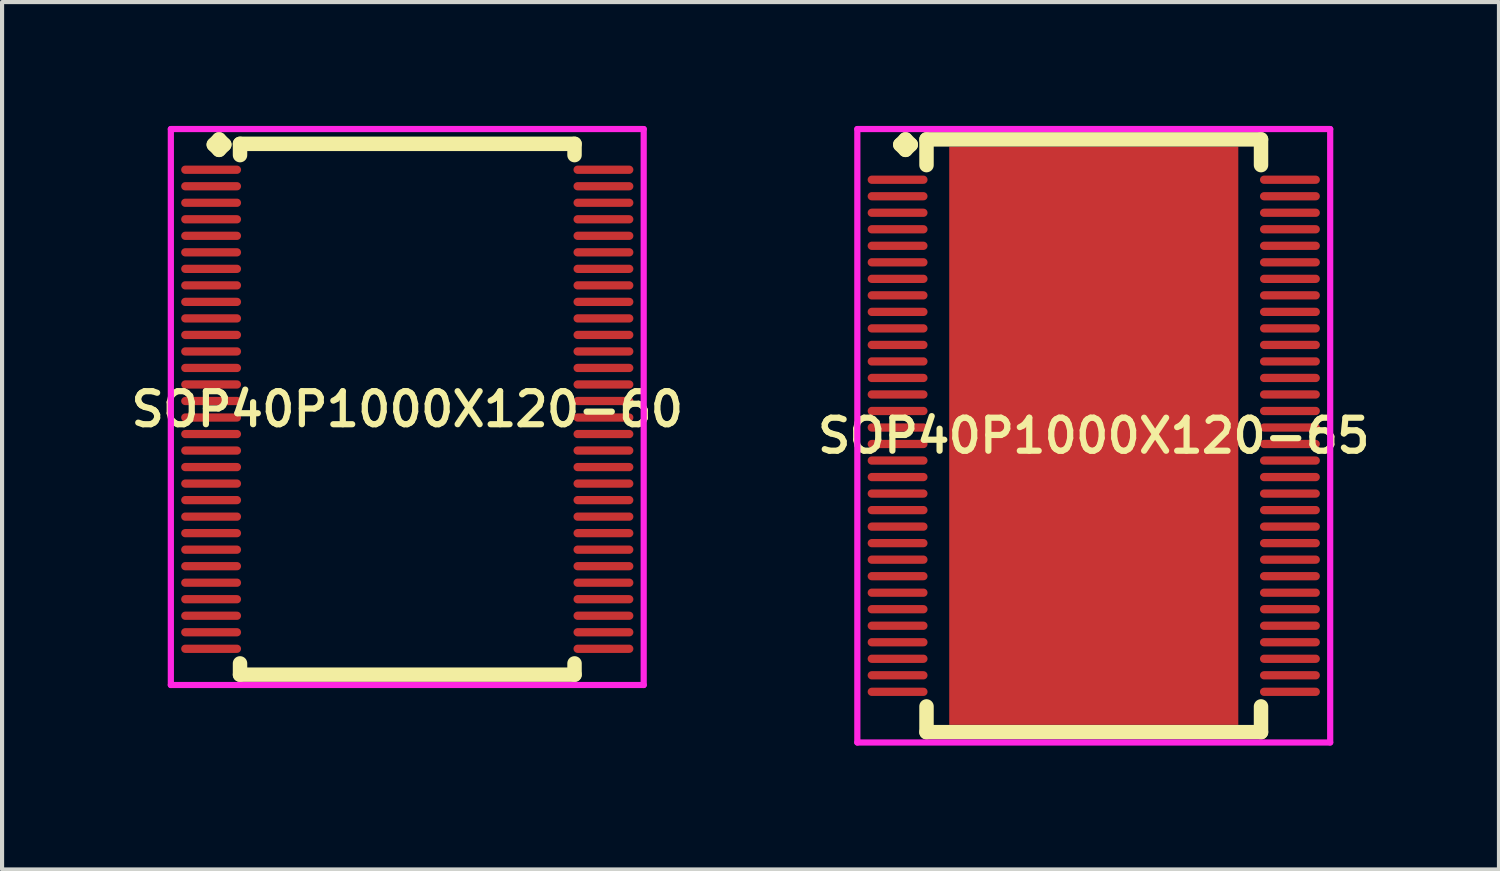
<source format=kicad_pcb>
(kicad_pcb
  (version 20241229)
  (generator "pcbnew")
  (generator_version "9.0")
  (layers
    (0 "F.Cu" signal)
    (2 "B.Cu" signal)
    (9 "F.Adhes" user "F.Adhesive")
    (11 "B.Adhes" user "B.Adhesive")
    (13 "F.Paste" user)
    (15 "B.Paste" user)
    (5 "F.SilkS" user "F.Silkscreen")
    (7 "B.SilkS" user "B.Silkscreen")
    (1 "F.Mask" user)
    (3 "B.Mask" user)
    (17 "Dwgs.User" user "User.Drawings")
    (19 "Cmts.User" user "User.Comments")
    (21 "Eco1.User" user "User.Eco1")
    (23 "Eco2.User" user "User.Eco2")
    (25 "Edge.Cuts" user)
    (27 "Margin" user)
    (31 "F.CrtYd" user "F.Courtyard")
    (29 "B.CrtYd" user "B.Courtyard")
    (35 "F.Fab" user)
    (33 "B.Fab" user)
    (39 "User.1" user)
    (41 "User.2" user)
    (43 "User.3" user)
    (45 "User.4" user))
  (footprint "SOP40P1000X120-60"
    (layer "F.Cu")
    (at 6.812 6.86)
    (property "Reference" "SOP40P1000X120-60" (at 0 0 0) (layer "F.SilkS") (effects (font (size 0.8 0.8) (thickness 0.15))))
    (attr smd)
    (fp_line (start -4.685 -6.408) (end -4.558 -6.535) (stroke (width 0.35) (type solid)) (layer "F.SilkS"))
    (fp_line (start -4.558 -6.535) (end -4.431 -6.408) (stroke (width 0.35) (type solid)) (layer "F.SilkS"))
    (fp_line (start -4.558 -6.281) (end -4.685 -6.408) (stroke (width 0.35) (type solid)) (layer "F.SilkS"))
    (fp_line (start -4.431 -6.408) (end -4.558 -6.281) (stroke (width 0.35) (type solid)) (layer "F.SilkS"))
    (fp_line (start -4.05 -6.427) (end 4.05 -6.427) (stroke (width 0.35) (type solid)) (layer "F.SilkS"))
    (fp_line (start -4.05 -6.154) (end -4.05 -6.427) (stroke (width 0.35) (type solid)) (layer "F.SilkS"))
    (fp_line (start -4.05 6.154) (end -4.05 6.427) (stroke (width 0.35) (type solid)) (layer "F.SilkS"))
    (fp_line (start -4.05 6.427) (end 4.05 6.427) (stroke (width 0.35) (type solid)) (layer "F.SilkS"))
    (fp_line (start 4.05 -6.427) (end 4.05 -6.154) (stroke (width 0.35) (type solid)) (layer "F.SilkS"))
    (fp_line (start 4.05 6.427) (end 4.05 6.154) (stroke (width 0.35) (type solid)) (layer "F.SilkS"))
    (fp_line (start -5.725 -6.785) (end 5.725 -6.785) (stroke (width 0.15) (type solid)) (layer "F.CrtYd"))
    (fp_line (start -5.725 6.677) (end -5.725 -6.785) (stroke (width 0.15) (type solid)) (layer "F.CrtYd"))
    (fp_line (start 5.725 -6.785) (end 5.725 6.677) (stroke (width 0.15) (type solid)) (layer "F.CrtYd"))
    (fp_line (start 5.725 6.677) (end -5.725 6.677) (stroke (width 0.15) (type solid)) (layer "F.CrtYd"))
    (pad "1" smd oval (at -4.75 -5.8) (size 1.45 0.2) (layers "F.Cu" "F.Mask" "F.Paste"))
    (pad "2" smd oval (at -4.75 -5.4) (size 1.45 0.2) (layers "F.Cu" "F.Mask" "F.Paste"))
    (pad "3" smd oval (at -4.75 -5) (size 1.45 0.2) (layers "F.Cu" "F.Mask" "F.Paste"))
    (pad "4" smd oval (at -4.75 -4.6) (size 1.45 0.2) (layers "F.Cu" "F.Mask" "F.Paste"))
    (pad "5" smd oval (at -4.75 -4.2) (size 1.45 0.2) (layers "F.Cu" "F.Mask" "F.Paste"))
    (pad "6" smd oval (at -4.75 -3.8) (size 1.45 0.2) (layers "F.Cu" "F.Mask" "F.Paste"))
    (pad "7" smd oval (at -4.75 -3.4) (size 1.45 0.2) (layers "F.Cu" "F.Mask" "F.Paste"))
    (pad "8" smd oval (at -4.75 -3) (size 1.45 0.2) (layers "F.Cu" "F.Mask" "F.Paste"))
    (pad "9" smd oval (at -4.75 -2.6) (size 1.45 0.2) (layers "F.Cu" "F.Mask" "F.Paste"))
    (pad "10" smd oval (at -4.75 -2.2) (size 1.45 0.2) (layers "F.Cu" "F.Mask" "F.Paste"))
    (pad "11" smd oval (at -4.75 -1.8) (size 1.45 0.2) (layers "F.Cu" "F.Mask" "F.Paste"))
    (pad "12" smd oval (at -4.75 -1.4) (size 1.45 0.2) (layers "F.Cu" "F.Mask" "F.Paste"))
    (pad "13" smd oval (at -4.75 -1) (size 1.45 0.2) (layers "F.Cu" "F.Mask" "F.Paste"))
    (pad "14" smd oval (at -4.75 -0.6) (size 1.45 0.2) (layers "F.Cu" "F.Mask" "F.Paste"))
    (pad "15" smd oval (at -4.75 -0.2) (size 1.45 0.2) (layers "F.Cu" "F.Mask" "F.Paste"))
    (pad "16" smd oval (at -4.75 0.2) (size 1.45 0.2) (layers "F.Cu" "F.Mask" "F.Paste"))
    (pad "17" smd oval (at -4.75 0.6) (size 1.45 0.2) (layers "F.Cu" "F.Mask" "F.Paste"))
    (pad "18" smd oval (at -4.75 1) (size 1.45 0.2) (layers "F.Cu" "F.Mask" "F.Paste"))
    (pad "19" smd oval (at -4.75 1.4) (size 1.45 0.2) (layers "F.Cu" "F.Mask" "F.Paste"))
    (pad "20" smd oval (at -4.75 1.8) (size 1.45 0.2) (layers "F.Cu" "F.Mask" "F.Paste"))
    (pad "21" smd oval (at -4.75 2.2) (size 1.45 0.2) (layers "F.Cu" "F.Mask" "F.Paste"))
    (pad "22" smd oval (at -4.75 2.6) (size 1.45 0.2) (layers "F.Cu" "F.Mask" "F.Paste"))
    (pad "23" smd oval (at -4.75 3) (size 1.45 0.2) (layers "F.Cu" "F.Mask" "F.Paste"))
    (pad "24" smd oval (at -4.75 3.4) (size 1.45 0.2) (layers "F.Cu" "F.Mask" "F.Paste"))
    (pad "25" smd oval (at -4.75 3.8) (size 1.45 0.2) (layers "F.Cu" "F.Mask" "F.Paste"))
    (pad "26" smd oval (at -4.75 4.2) (size 1.45 0.2) (layers "F.Cu" "F.Mask" "F.Paste"))
    (pad "27" smd oval (at -4.75 4.6) (size 1.45 0.2) (layers "F.Cu" "F.Mask" "F.Paste"))
    (pad "28" smd oval (at -4.75 5) (size 1.45 0.2) (layers "F.Cu" "F.Mask" "F.Paste"))
    (pad "29" smd oval (at -4.75 5.4) (size 1.45 0.2) (layers "F.Cu" "F.Mask" "F.Paste"))
    (pad "30" smd oval (at -4.75 5.8) (size 1.45 0.2) (layers "F.Cu" "F.Mask" "F.Paste"))
    (pad "31" smd oval (at 4.75 5.8) (size 1.45 0.2) (layers "F.Cu" "F.Mask" "F.Paste"))
    (pad "32" smd oval (at 4.75 5.4) (size 1.45 0.2) (layers "F.Cu" "F.Mask" "F.Paste"))
    (pad "33" smd oval (at 4.75 5) (size 1.45 0.2) (layers "F.Cu" "F.Mask" "F.Paste"))
    (pad "34" smd oval (at 4.75 4.6) (size 1.45 0.2) (layers "F.Cu" "F.Mask" "F.Paste"))
    (pad "35" smd oval (at 4.75 4.2) (size 1.45 0.2) (layers "F.Cu" "F.Mask" "F.Paste"))
    (pad "36" smd oval (at 4.75 3.8) (size 1.45 0.2) (layers "F.Cu" "F.Mask" "F.Paste"))
    (pad "37" smd oval (at 4.75 3.4) (size 1.45 0.2) (layers "F.Cu" "F.Mask" "F.Paste"))
    (pad "38" smd oval (at 4.75 3) (size 1.45 0.2) (layers "F.Cu" "F.Mask" "F.Paste"))
    (pad "39" smd oval (at 4.75 2.6) (size 1.45 0.2) (layers "F.Cu" "F.Mask" "F.Paste"))
    (pad "40" smd oval (at 4.75 2.2) (size 1.45 0.2) (layers "F.Cu" "F.Mask" "F.Paste"))
    (pad "41" smd oval (at 4.75 1.8) (size 1.45 0.2) (layers "F.Cu" "F.Mask" "F.Paste"))
    (pad "42" smd oval (at 4.75 1.4) (size 1.45 0.2) (layers "F.Cu" "F.Mask" "F.Paste"))
    (pad "43" smd oval (at 4.75 1) (size 1.45 0.2) (layers "F.Cu" "F.Mask" "F.Paste"))
    (pad "44" smd oval (at 4.75 0.6) (size 1.45 0.2) (layers "F.Cu" "F.Mask" "F.Paste"))
    (pad "45" smd oval (at 4.75 0.2) (size 1.45 0.2) (layers "F.Cu" "F.Mask" "F.Paste"))
    (pad "46" smd oval (at 4.75 -0.2) (size 1.45 0.2) (layers "F.Cu" "F.Mask" "F.Paste"))
    (pad "47" smd oval (at 4.75 -0.6) (size 1.45 0.2) (layers "F.Cu" "F.Mask" "F.Paste"))
    (pad "48" smd oval (at 4.75 -1) (size 1.45 0.2) (layers "F.Cu" "F.Mask" "F.Paste"))
    (pad "49" smd oval (at 4.75 -1.4) (size 1.45 0.2) (layers "F.Cu" "F.Mask" "F.Paste"))
    (pad "50" smd oval (at 4.75 -1.8) (size 1.45 0.2) (layers "F.Cu" "F.Mask" "F.Paste"))
    (pad "51" smd oval (at 4.75 -2.2) (size 1.45 0.2) (layers "F.Cu" "F.Mask" "F.Paste"))
    (pad "52" smd oval (at 4.75 -2.6) (size 1.45 0.2) (layers "F.Cu" "F.Mask" "F.Paste"))
    (pad "53" smd oval (at 4.75 -3) (size 1.45 0.2) (layers "F.Cu" "F.Mask" "F.Paste"))
    (pad "54" smd oval (at 4.75 -3.4) (size 1.45 0.2) (layers "F.Cu" "F.Mask" "F.Paste"))
    (pad "55" smd oval (at 4.75 -3.8) (size 1.45 0.2) (layers "F.Cu" "F.Mask" "F.Paste"))
    (pad "56" smd oval (at 4.75 -4.2) (size 1.45 0.2) (layers "F.Cu" "F.Mask" "F.Paste"))
    (pad "57" smd oval (at 4.75 -4.6) (size 1.45 0.2) (layers "F.Cu" "F.Mask" "F.Paste"))
    (pad "58" smd oval (at 4.75 -5) (size 1.45 0.2) (layers "F.Cu" "F.Mask" "F.Paste"))
    (pad "59" smd oval (at 4.75 -5.4) (size 1.45 0.2) (layers "F.Cu" "F.Mask" "F.Paste"))
    (pad "60" smd oval (at 4.75 -5.8) (size 1.45 0.2) (layers "F.Cu" "F.Mask" "F.Paste")))
  (footprint "SOP40P1000X120-65"
    (layer "F.Cu")
    (at 23.435 7.502)
    (property "Reference" "SOP40P1000X120-65" (at 0 0 0) (layer "F.SilkS") (effects (font (size 0.8 0.8) (thickness 0.15))))
    (attr smd)
    (fp_line (start -4.685 -7.05) (end -4.558 -7.177) (stroke (width 0.35) (type solid)) (layer "F.SilkS"))
    (fp_line (start -4.558 -7.177) (end -4.431 -7.05) (stroke (width 0.35) (type solid)) (layer "F.SilkS"))
    (fp_line (start -4.558 -6.923) (end -4.685 -7.05) (stroke (width 0.35) (type solid)) (layer "F.SilkS"))
    (fp_line (start -4.431 -7.05) (end -4.558 -6.923) (stroke (width 0.35) (type solid)) (layer "F.SilkS"))
    (fp_line (start -4.05 -7.177) (end 4.05 -7.177) (stroke (width 0.35) (type solid)) (layer "F.SilkS"))
    (fp_line (start -4.05 -6.554) (end -4.05 -7.177) (stroke (width 0.35) (type solid)) (layer "F.SilkS"))
    (fp_line (start -4.05 6.554) (end -4.05 7.177) (stroke (width 0.35) (type solid)) (layer "F.SilkS"))
    (fp_line (start -4.05 7.177) (end 4.05 7.177) (stroke (width 0.35) (type solid)) (layer "F.SilkS"))
    (fp_line (start 4.05 -7.177) (end 4.05 -6.554) (stroke (width 0.35) (type solid)) (layer "F.SilkS"))
    (fp_line (start 4.05 7.177) (end 4.05 6.554) (stroke (width 0.35) (type solid)) (layer "F.SilkS"))
    (fp_line (start -5.725 -7.427) (end 5.725 -7.427) (stroke (width 0.15) (type solid)) (layer "F.CrtYd"))
    (fp_line (start -5.725 7.427) (end -5.725 -7.427) (stroke (width 0.15) (type solid)) (layer "F.CrtYd"))
    (fp_line (start 5.725 -7.427) (end 5.725 7.427) (stroke (width 0.15) (type solid)) (layer "F.CrtYd"))
    (fp_line (start 5.725 7.427) (end -5.725 7.427) (stroke (width 0.15) (type solid)) (layer "F.CrtYd"))
    (pad "1" smd oval (at -4.75 -6.2) (size 1.45 0.2) (layers "F.Cu" "F.Mask" "F.Paste"))
    (pad "2" smd oval (at -4.75 -5.8) (size 1.45 0.2) (layers "F.Cu" "F.Mask" "F.Paste"))
    (pad "3" smd oval (at -4.75 -5.4) (size 1.45 0.2) (layers "F.Cu" "F.Mask" "F.Paste"))
    (pad "4" smd oval (at -4.75 -5) (size 1.45 0.2) (layers "F.Cu" "F.Mask" "F.Paste"))
    (pad "5" smd oval (at -4.75 -4.6) (size 1.45 0.2) (layers "F.Cu" "F.Mask" "F.Paste"))
    (pad "6" smd oval (at -4.75 -4.2) (size 1.45 0.2) (layers "F.Cu" "F.Mask" "F.Paste"))
    (pad "7" smd oval (at -4.75 -3.8) (size 1.45 0.2) (layers "F.Cu" "F.Mask" "F.Paste"))
    (pad "8" smd oval (at -4.75 -3.4) (size 1.45 0.2) (layers "F.Cu" "F.Mask" "F.Paste"))
    (pad "9" smd oval (at -4.75 -3) (size 1.45 0.2) (layers "F.Cu" "F.Mask" "F.Paste"))
    (pad "10" smd oval (at -4.75 -2.6) (size 1.45 0.2) (layers "F.Cu" "F.Mask" "F.Paste"))
    (pad "11" smd oval (at -4.75 -2.2) (size 1.45 0.2) (layers "F.Cu" "F.Mask" "F.Paste"))
    (pad "12" smd oval (at -4.75 -1.8) (size 1.45 0.2) (layers "F.Cu" "F.Mask" "F.Paste"))
    (pad "13" smd oval (at -4.75 -1.4) (size 1.45 0.2) (layers "F.Cu" "F.Mask" "F.Paste"))
    (pad "14" smd oval (at -4.75 -1) (size 1.45 0.2) (layers "F.Cu" "F.Mask" "F.Paste"))
    (pad "15" smd oval (at -4.75 -0.6) (size 1.45 0.2) (layers "F.Cu" "F.Mask" "F.Paste"))
    (pad "16" smd oval (at -4.75 -0.2) (size 1.45 0.2) (layers "F.Cu" "F.Mask" "F.Paste"))
    (pad "17" smd oval (at -4.75 0.2) (size 1.45 0.2) (layers "F.Cu" "F.Mask" "F.Paste"))
    (pad "18" smd oval (at -4.75 0.6) (size 1.45 0.2) (layers "F.Cu" "F.Mask" "F.Paste"))
    (pad "19" smd oval (at -4.75 1) (size 1.45 0.2) (layers "F.Cu" "F.Mask" "F.Paste"))
    (pad "20" smd oval (at -4.75 1.4) (size 1.45 0.2) (layers "F.Cu" "F.Mask" "F.Paste"))
    (pad "21" smd oval (at -4.75 1.8) (size 1.45 0.2) (layers "F.Cu" "F.Mask" "F.Paste"))
    (pad "22" smd oval (at -4.75 2.2) (size 1.45 0.2) (layers "F.Cu" "F.Mask" "F.Paste"))
    (pad "23" smd oval (at -4.75 2.6) (size 1.45 0.2) (layers "F.Cu" "F.Mask" "F.Paste"))
    (pad "24" smd oval (at -4.75 3) (size 1.45 0.2) (layers "F.Cu" "F.Mask" "F.Paste"))
    (pad "25" smd oval (at -4.75 3.4) (size 1.45 0.2) (layers "F.Cu" "F.Mask" "F.Paste"))
    (pad "26" smd oval (at -4.75 3.8) (size 1.45 0.2) (layers "F.Cu" "F.Mask" "F.Paste"))
    (pad "27" smd oval (at -4.75 4.2) (size 1.45 0.2) (layers "F.Cu" "F.Mask" "F.Paste"))
    (pad "28" smd oval (at -4.75 4.6) (size 1.45 0.2) (layers "F.Cu" "F.Mask" "F.Paste"))
    (pad "29" smd oval (at -4.75 5) (size 1.45 0.2) (layers "F.Cu" "F.Mask" "F.Paste"))
    (pad "30" smd oval (at -4.75 5.4) (size 1.45 0.2) (layers "F.Cu" "F.Mask" "F.Paste"))
    (pad "31" smd oval (at -4.75 5.8) (size 1.45 0.2) (layers "F.Cu" "F.Mask" "F.Paste"))
    (pad "32" smd oval (at -4.75 6.2) (size 1.45 0.2) (layers "F.Cu" "F.Mask" "F.Paste"))
    (pad "33" smd oval (at 4.75 6.2) (size 1.45 0.2) (layers "F.Cu" "F.Mask" "F.Paste"))
    (pad "34" smd oval (at 4.75 5.8) (size 1.45 0.2) (layers "F.Cu" "F.Mask" "F.Paste"))
    (pad "35" smd oval (at 4.75 5.4) (size 1.45 0.2) (layers "F.Cu" "F.Mask" "F.Paste"))
    (pad "36" smd oval (at 4.75 5) (size 1.45 0.2) (layers "F.Cu" "F.Mask" "F.Paste"))
    (pad "37" smd oval (at 4.75 4.6) (size 1.45 0.2) (layers "F.Cu" "F.Mask" "F.Paste"))
    (pad "38" smd oval (at 4.75 4.2) (size 1.45 0.2) (layers "F.Cu" "F.Mask" "F.Paste"))
    (pad "39" smd oval (at 4.75 3.8) (size 1.45 0.2) (layers "F.Cu" "F.Mask" "F.Paste"))
    (pad "40" smd oval (at 4.75 3.4) (size 1.45 0.2) (layers "F.Cu" "F.Mask" "F.Paste"))
    (pad "41" smd oval (at 4.75 3) (size 1.45 0.2) (layers "F.Cu" "F.Mask" "F.Paste"))
    (pad "42" smd oval (at 4.75 2.6) (size 1.45 0.2) (layers "F.Cu" "F.Mask" "F.Paste"))
    (pad "43" smd oval (at 4.75 2.2) (size 1.45 0.2) (layers "F.Cu" "F.Mask" "F.Paste"))
    (pad "44" smd oval (at 4.75 1.8) (size 1.45 0.2) (layers "F.Cu" "F.Mask" "F.Paste"))
    (pad "45" smd oval (at 4.75 1.4) (size 1.45 0.2) (layers "F.Cu" "F.Mask" "F.Paste"))
    (pad "46" smd oval (at 4.75 1) (size 1.45 0.2) (layers "F.Cu" "F.Mask" "F.Paste"))
    (pad "47" smd oval (at 4.75 0.6) (size 1.45 0.2) (layers "F.Cu" "F.Mask" "F.Paste"))
    (pad "48" smd oval (at 4.75 0.2) (size 1.45 0.2) (layers "F.Cu" "F.Mask" "F.Paste"))
    (pad "49" smd oval (at 4.75 -0.2) (size 1.45 0.2) (layers "F.Cu" "F.Mask" "F.Paste"))
    (pad "50" smd oval (at 4.75 -0.6) (size 1.45 0.2) (layers "F.Cu" "F.Mask" "F.Paste"))
    (pad "51" smd oval (at 4.75 -1) (size 1.45 0.2) (layers "F.Cu" "F.Mask" "F.Paste"))
    (pad "52" smd oval (at 4.75 -1.4) (size 1.45 0.2) (layers "F.Cu" "F.Mask" "F.Paste"))
    (pad "53" smd oval (at 4.75 -1.8) (size 1.45 0.2) (layers "F.Cu" "F.Mask" "F.Paste"))
    (pad "54" smd oval (at 4.75 -2.2) (size 1.45 0.2) (layers "F.Cu" "F.Mask" "F.Paste"))
    (pad "55" smd oval (at 4.75 -2.6) (size 1.45 0.2) (layers "F.Cu" "F.Mask" "F.Paste"))
    (pad "56" smd oval (at 4.75 -3) (size 1.45 0.2) (layers "F.Cu" "F.Mask" "F.Paste"))
    (pad "57" smd oval (at 4.75 -3.4) (size 1.45 0.2) (layers "F.Cu" "F.Mask" "F.Paste"))
    (pad "58" smd oval (at 4.75 -3.8) (size 1.45 0.2) (layers "F.Cu" "F.Mask" "F.Paste"))
    (pad "59" smd oval (at 4.75 -4.2) (size 1.45 0.2) (layers "F.Cu" "F.Mask" "F.Paste"))
    (pad "60" smd oval (at 4.75 -4.6) (size 1.45 0.2) (layers "F.Cu" "F.Mask" "F.Paste"))
    (pad "61" smd oval (at 4.75 -5) (size 1.45 0.2) (layers "F.Cu" "F.Mask" "F.Paste"))
    (pad "62" smd oval (at 4.75 -5.4) (size 1.45 0.2) (layers "F.Cu" "F.Mask" "F.Paste"))
    (pad "63" smd oval (at 4.75 -5.8) (size 1.45 0.2) (layers "F.Cu" "F.Mask" "F.Paste"))
    (pad "64" smd oval (at 4.75 -6.2) (size 1.45 0.2) (layers "F.Cu" "F.Mask" "F.Paste"))
    (pad "65" smd rect (at 0 0) (size 7 14) (layers "F.Cu" "F.Mask" "F.Paste")))
  (gr_rect
    (start -3 -3)
    (end 33.247 18.004)
    (stroke (width 0.1) (type default))
    (fill no)
    (layer "Edge.Cuts")))
</source>
